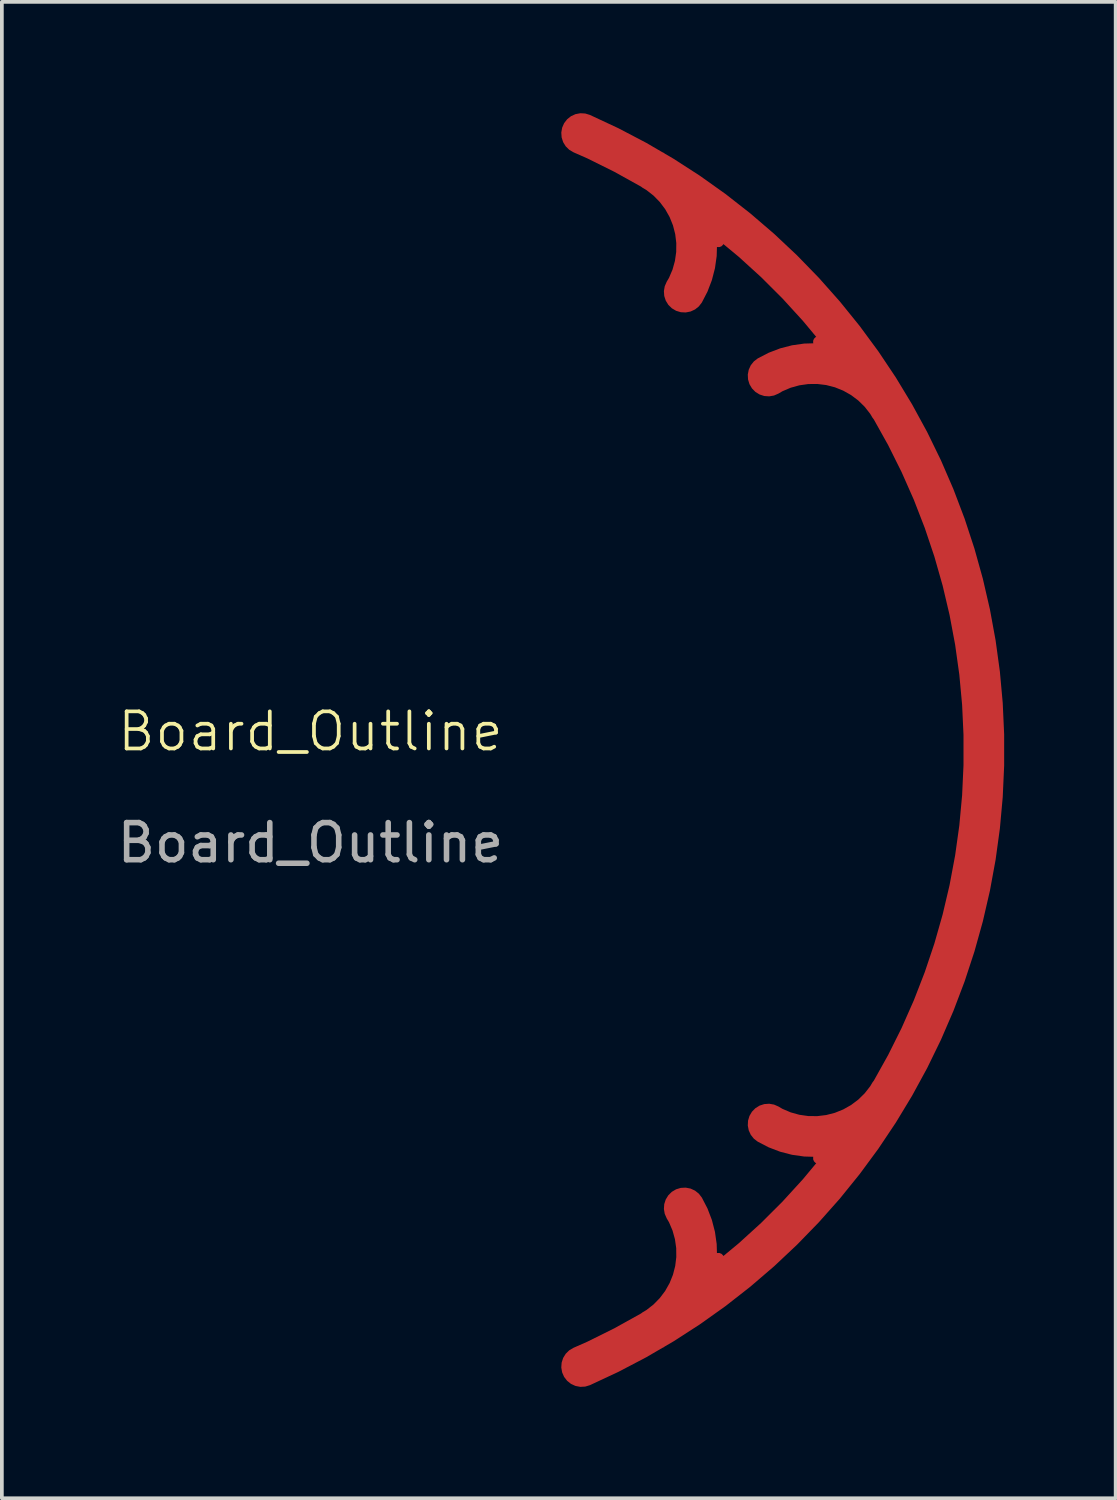
<source format=kicad_pcb>
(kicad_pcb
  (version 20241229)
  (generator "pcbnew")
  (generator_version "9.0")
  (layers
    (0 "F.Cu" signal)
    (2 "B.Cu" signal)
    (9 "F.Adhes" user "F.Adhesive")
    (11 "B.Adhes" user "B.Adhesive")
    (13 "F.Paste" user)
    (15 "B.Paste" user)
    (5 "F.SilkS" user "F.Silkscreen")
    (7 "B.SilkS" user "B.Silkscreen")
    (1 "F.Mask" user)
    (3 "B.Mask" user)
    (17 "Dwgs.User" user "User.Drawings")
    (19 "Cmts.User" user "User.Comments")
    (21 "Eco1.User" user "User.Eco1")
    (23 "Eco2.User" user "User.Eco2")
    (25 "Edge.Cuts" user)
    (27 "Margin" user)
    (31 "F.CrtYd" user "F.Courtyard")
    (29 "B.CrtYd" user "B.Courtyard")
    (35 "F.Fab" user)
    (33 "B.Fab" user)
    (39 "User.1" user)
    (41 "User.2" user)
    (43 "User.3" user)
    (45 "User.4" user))
  (footprint "Board_Outline"
    (layer "F.Cu")
    (at 5.315 17.161)
    (property "Reference" "Board_Outline" (at 0 -0.5 0) (unlocked yes) (layer "F.SilkS") (effects (font (size 1 1) (thickness 0.1))))
    (attr smd)
    (fp_text user "${REFERENCE}" (at 0 2.5 0) (unlocked yes) (layer "F.Fab") (effects (font (size 1 1) (thickness 0.15))))
    (pad "1" smd custom (at 18.15 0) (size 1 1) (layers "F.Cu" "F.Mask") (options (anchor circle)) (primitives (gr_arc (start -10.84099 -16.611) (mid -0.002081 0) (end -10.84099 16.611) (width 1.1)) (gr_circle (center -7.156 13.7) (end -7.156 13.7) (width 0.3) (fill yes)) (gr_circle (center -7.156 -13.7) (end -7.156 -13.7) (width 0.3) (fill yes)) (gr_circle (center -4.456 11) (end -4.456 11) (width 0.3) (fill yes)) (gr_circle (center -4.456 -11) (end -4.456 -11) (width 0.3) (fill yes)) (gr_arc (start -8.07599 12.34) (mid -7.818145 14.157506) (end -8.920988 15.625003) (width 1.1)) (gr_arc (start -8.92099 -15.625) (mid -7.818149 -14.157505) (end -8.075993 -12.340002) (width 1.1)) (gr_arc (start -2.53099 9.235) (mid -3.998486 10.337852) (end -5.815997 10.080012) (width 1.1)) (gr_arc (start -5.81599 -10.08) (mid -3.998489 -10.337839) (end -2.531002 -9.234993) (width 1.1)))))
  (gr_rect
    (start -3 -3)
    (end 27.013 37.322)
    (stroke (width 0.1) (type default))
    (fill no)
    (layer "Edge.Cuts")))
</source>
